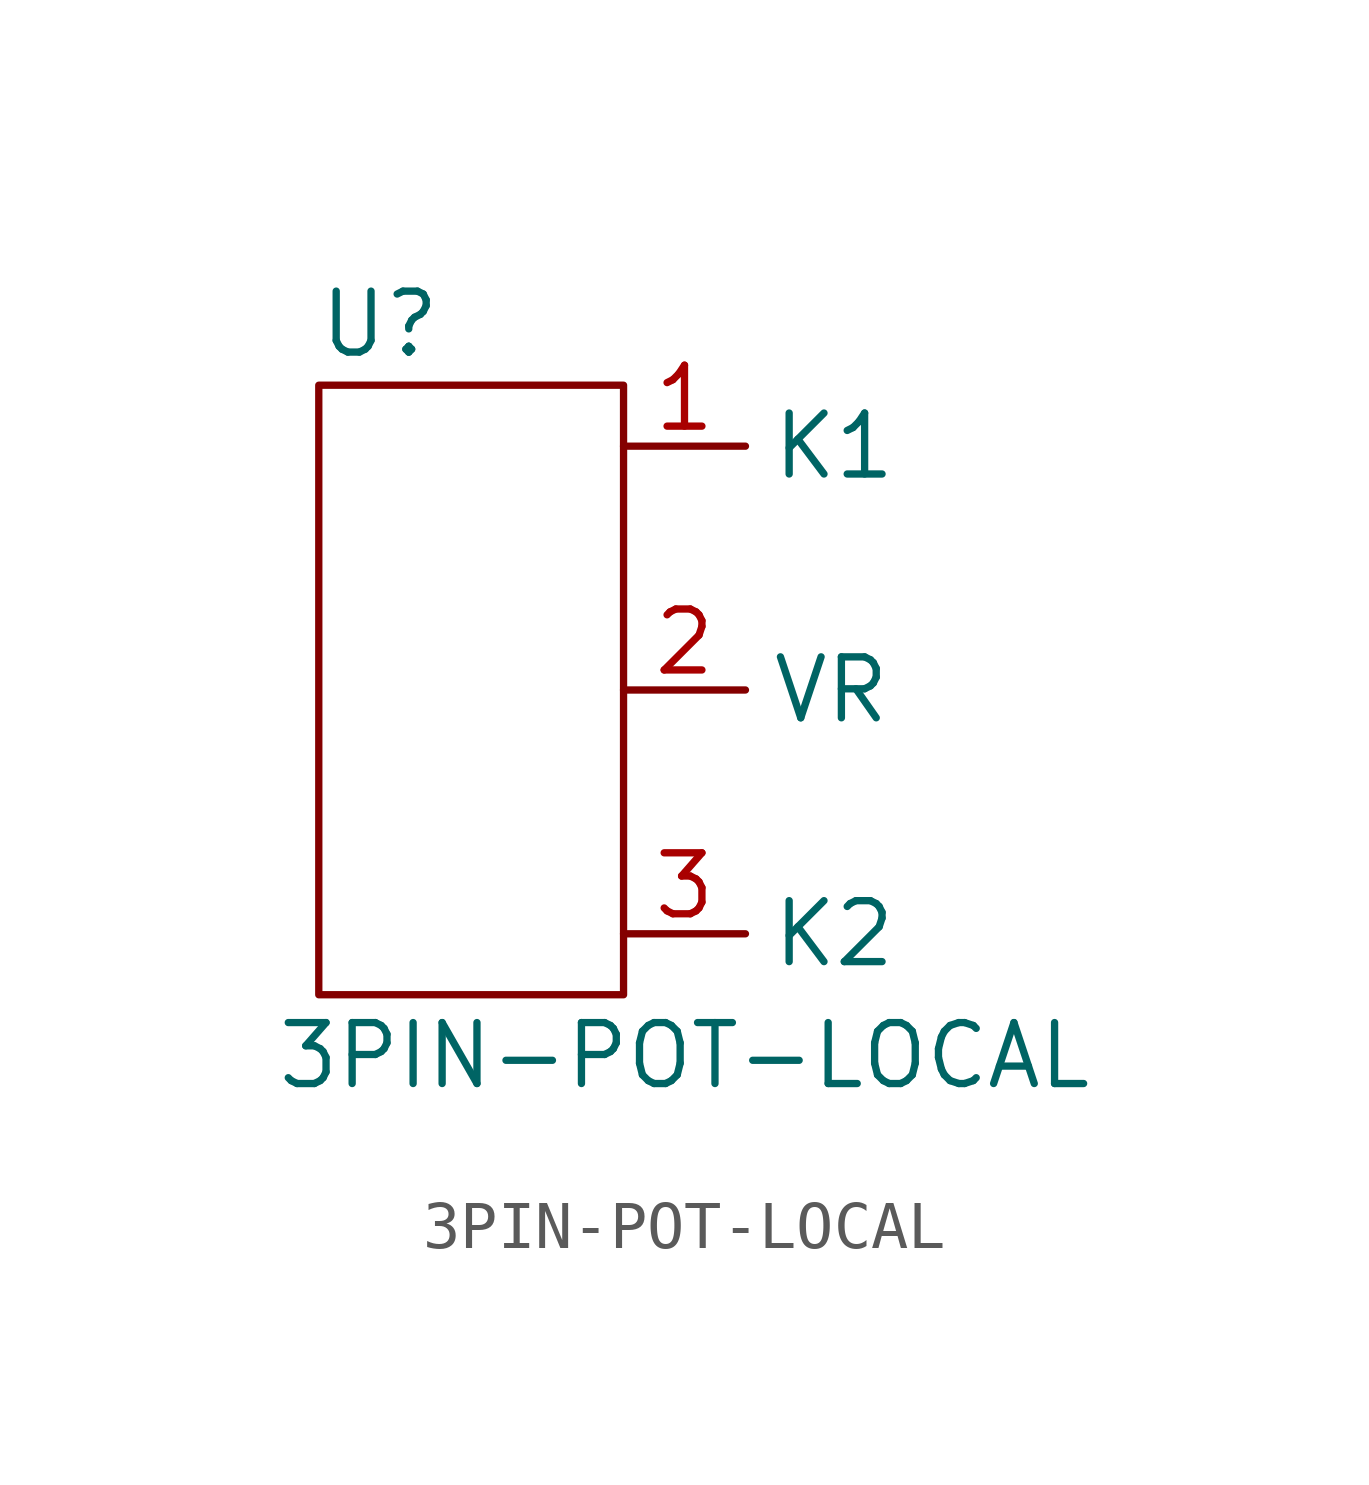
<source format=kicad_sym>
(kicad_symbol_lib
  (version 20211014)
  (generator kicad_symbol_editor)
  (symbol "3PIN-POT-LOCAL"
    (property "Reference" "U"
      (at -5.08 7.62 0)
      (effects (font (size 1.27 1.27))))
    (property "Value" "3PIN-POT-LOCAL"
      (at 1.27 -7.62 0)
      (effects (font (size 1.27 1.27))))
    (symbol "3PIN-POT-LOCAL_0_1"
      (rectangle (start -6.35 6.35) (end 0 -6.35) (stroke (width 0) (type default) (color 0 0 0 0)) (fill (type none))))
    (symbol "3PIN-POT-LOCAL_1_1"
      (pin input line (at 0 5.08 0) (length 2.54) (name "K1" (effects (font (size 1.27 1.27)))) (number "1" (effects (font (size 1.27 1.27)))))
      (pin input line (at 0 0 0) (length 2.54) (name "VR" (effects (font (size 1.27 1.27)))) (number "2" (effects (font (size 1.27 1.27)))))
      (pin input line (at 0 -5.08 0) (length 2.54) (name "K2" (effects (font (size 1.27 1.27)))) (number "3" (effects (font (size 1.27 1.27))))))))
</source>
